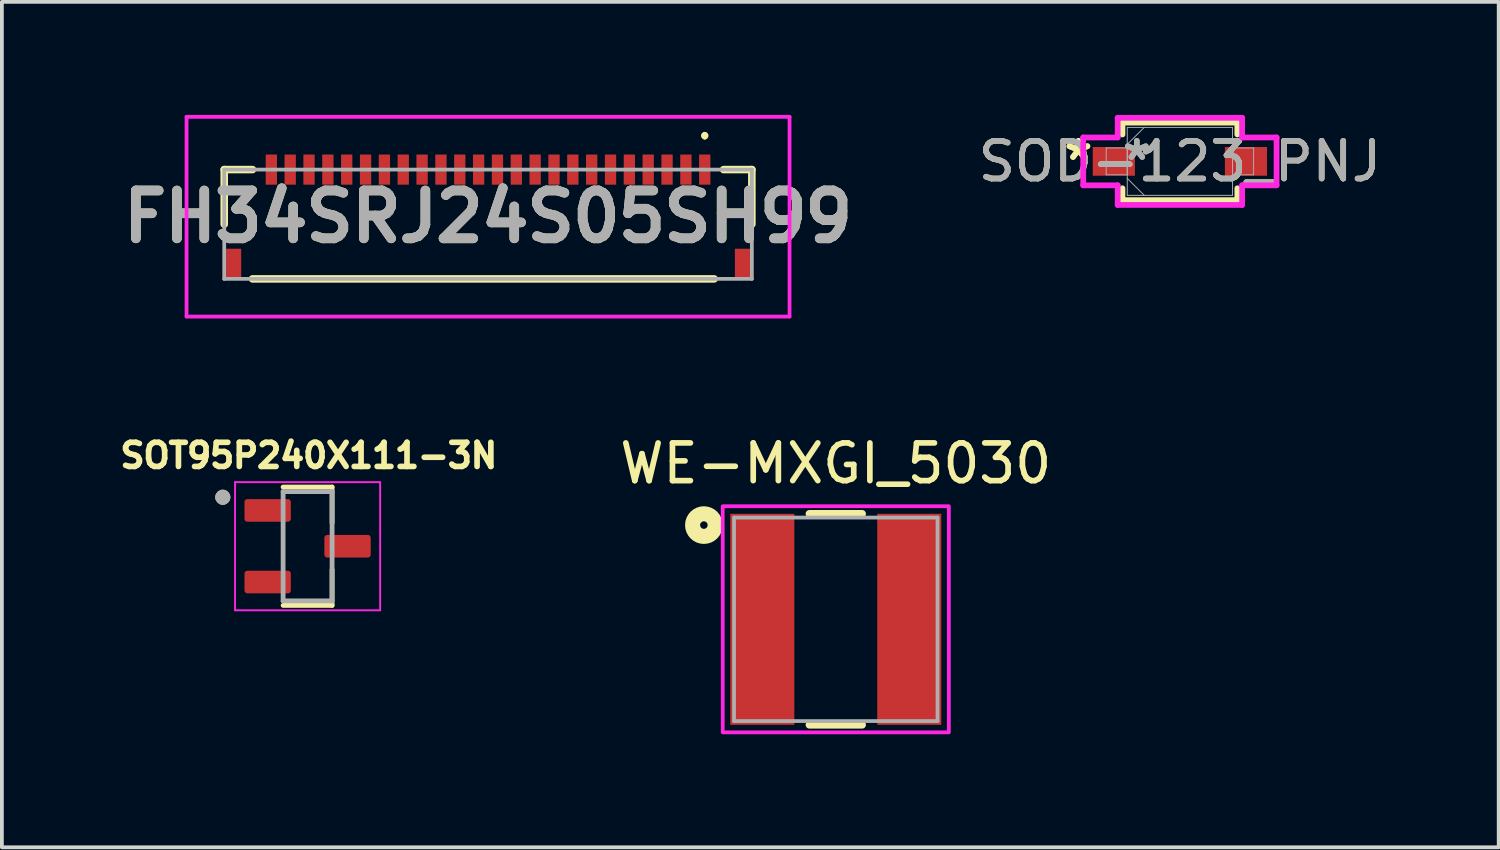
<source format=kicad_pcb>
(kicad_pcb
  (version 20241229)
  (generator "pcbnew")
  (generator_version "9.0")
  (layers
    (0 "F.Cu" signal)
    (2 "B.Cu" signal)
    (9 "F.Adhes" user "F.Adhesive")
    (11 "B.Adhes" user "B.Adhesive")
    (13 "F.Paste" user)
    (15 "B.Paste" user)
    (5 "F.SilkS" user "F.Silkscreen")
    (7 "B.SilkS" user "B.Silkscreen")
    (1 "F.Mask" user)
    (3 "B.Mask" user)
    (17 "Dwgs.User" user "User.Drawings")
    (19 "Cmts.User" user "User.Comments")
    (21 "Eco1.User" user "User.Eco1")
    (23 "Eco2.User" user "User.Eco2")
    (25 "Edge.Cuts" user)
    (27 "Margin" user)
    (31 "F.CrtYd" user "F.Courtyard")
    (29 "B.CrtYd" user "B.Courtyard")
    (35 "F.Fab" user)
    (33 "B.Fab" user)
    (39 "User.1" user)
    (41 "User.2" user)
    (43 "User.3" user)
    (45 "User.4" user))
  (footprint "SOD-123_PNJ"
    (layer "F.Cu")
    (at 28.258 1.232)
    (property "Reference" "SOD-123_PNJ" (at 0 0 0) (unlocked yes) (layer "F.SilkS") (effects (font (size 1 1) (thickness 0.15))))
    (attr smd)
    (fp_line (start -1.524 -1.029) (end -1.524 -0.714) (stroke (width 0.152) (type solid)) (layer "F.SilkS"))
    (fp_line (start -1.524 0.714) (end -1.524 1.029) (stroke (width 0.152) (type solid)) (layer "F.SilkS"))
    (fp_line (start -1.524 1.029) (end 1.524 1.029) (stroke (width 0.152) (type solid)) (layer "F.SilkS"))
    (fp_line (start 1.524 -1.029) (end -1.524 -1.029) (stroke (width 0.152) (type solid)) (layer "F.SilkS"))
    (fp_line (start 1.524 -0.714) (end 1.524 -1.029) (stroke (width 0.152) (type solid)) (layer "F.SilkS"))
    (fp_line (start 1.524 1.029) (end 1.524 0.714) (stroke (width 0.152) (type solid)) (layer "F.SilkS"))
    (fp_line (start -2.565 -0.635) (end -1.651 -0.635) (stroke (width 0.152) (type solid)) (layer "F.CrtYd"))
    (fp_line (start -2.565 0.635) (end -2.565 -0.635) (stroke (width 0.152) (type solid)) (layer "F.CrtYd"))
    (fp_line (start -1.651 -1.156) (end 1.651 -1.156) (stroke (width 0.152) (type solid)) (layer "F.CrtYd"))
    (fp_line (start -1.651 -0.635) (end -1.651 -1.156) (stroke (width 0.152) (type solid)) (layer "F.CrtYd"))
    (fp_line (start -1.651 0.635) (end -2.565 0.635) (stroke (width 0.152) (type solid)) (layer "F.CrtYd"))
    (fp_line (start -1.651 1.156) (end -1.651 0.635) (stroke (width 0.152) (type solid)) (layer "F.CrtYd"))
    (fp_line (start 1.651 -1.156) (end 1.651 -0.635) (stroke (width 0.152) (type solid)) (layer "F.CrtYd"))
    (fp_line (start 1.651 -0.635) (end 2.565 -0.635) (stroke (width 0.152) (type solid)) (layer "F.CrtYd"))
    (fp_line (start 1.651 0.635) (end 1.651 1.156) (stroke (width 0.152) (type solid)) (layer "F.CrtYd"))
    (fp_line (start 1.651 1.156) (end -1.651 1.156) (stroke (width 0.152) (type solid)) (layer "F.CrtYd"))
    (fp_line (start 2.565 -0.635) (end 2.565 0.635) (stroke (width 0.152) (type solid)) (layer "F.CrtYd"))
    (fp_line (start 2.565 0.635) (end 1.651 0.635) (stroke (width 0.152) (type solid)) (layer "F.CrtYd"))
    (fp_line (start -1.956 -0.356) (end -1.956 0.356) (stroke (width 0.025) (type solid)) (layer "F.Fab"))
    (fp_line (start -1.956 0.356) (end -1.397 0.356) (stroke (width 0.025) (type solid)) (layer "F.Fab"))
    (fp_line (start -1.397 -0.902) (end -1.397 0.902) (stroke (width 0.025) (type solid)) (layer "F.Fab"))
    (fp_line (start -1.397 -0.451) (end -0.946 -0.902) (stroke (width 0.025) (type solid)) (layer "F.Fab"))
    (fp_line (start -1.397 -0.356) (end -1.956 -0.356) (stroke (width 0.025) (type solid)) (layer "F.Fab"))
    (fp_line (start -1.397 0.356) (end -1.397 -0.356) (stroke (width 0.025) (type solid)) (layer "F.Fab"))
    (fp_line (start -1.397 0.451) (end -0.946 0.902) (stroke (width 0.025) (type solid)) (layer "F.Fab"))
    (fp_line (start -1.397 0.902) (end 1.397 0.902) (stroke (width 0.025) (type solid)) (layer "F.Fab"))
    (fp_line (start 1.397 -0.902) (end -1.397 -0.902) (stroke (width 0.025) (type solid)) (layer "F.Fab"))
    (fp_line (start 1.397 -0.356) (end 1.397 0.356) (stroke (width 0.025) (type solid)) (layer "F.Fab"))
    (fp_line (start 1.397 0.356) (end 1.956 0.356) (stroke (width 0.025) (type solid)) (layer "F.Fab"))
    (fp_line (start 1.397 0.902) (end 1.397 -0.902) (stroke (width 0.025) (type solid)) (layer "F.Fab"))
    (fp_line (start 1.956 -0.356) (end 1.397 -0.356) (stroke (width 0.025) (type solid)) (layer "F.Fab"))
    (fp_line (start 1.956 0.356) (end 1.956 -0.356) (stroke (width 0.025) (type solid)) (layer "F.Fab"))
    (fp_text user "*" (at -2.692 0 0) (unlocked yes) (layer "F.SilkS") (effects (font (size 1 1) (thickness 0.15))))
    (fp_text user "*" (at -2.692 0 0) (layer "F.SilkS") (effects (font (size 1 1) (thickness 0.15))))
    (fp_text user "*" (at -1.143 0 0) (layer "F.Fab") (effects (font (size 1 1) (thickness 0.15))))
    (fp_text user "*" (at -1.143 0 0) (unlocked yes) (layer "F.Fab") (effects (font (size 1 1) (thickness 0.15))))
    (fp_text user "${REFERENCE}" (at 0 0 0) (unlocked yes) (layer "F.Fab") (effects (font (size 1 1) (thickness 0.15))))
    (pad "1" smd rect (at -1.753 0) (size 1.118 0.762) (layers "F.Cu" "F.Mask" "F.Paste"))
    (pad "2" smd rect (at 1.753 0) (size 1.118 0.762) (layers "F.Cu" "F.Mask" "F.Paste")))
  (footprint "WE-MXGI_5030"
    (layer "F.Cu")
    (at 19.127 13.383)
    (property "Reference" "WE-MXGI_5030" (at 0 -4.135 0) (layer "F.SilkS") (effects (font (size 1 1) (thickness 0.15))))
    (attr smd)
    (fp_line (start -0.7 -2.8) (end 0.7 -2.8) (stroke (width 0.2) (type solid)) (layer "F.SilkS"))
    (fp_line (start -0.7 2.8) (end 0.7 2.8) (stroke (width 0.2) (type solid)) (layer "F.SilkS"))
    (fp_circle (center -3.5 -2.5) (end -3.4 -2.5) (stroke (width 0.4) (type solid)) (fill no) (layer "F.SilkS"))
    (fp_poly (pts (xy -3 -3) (xy 3 -3) (xy 3 3) (xy -3 3)) (stroke (width 0.1) (type solid)) (fill no) (layer "F.CrtYd"))
    (fp_line (start -2.7 -2.7) (end 2.7 -2.7) (stroke (width 0.1) (type solid)) (layer "F.Fab"))
    (fp_line (start -2.7 2.7) (end -2.7 -2.7) (stroke (width 0.1) (type solid)) (layer "F.Fab"))
    (fp_line (start 2.7 -2.7) (end 2.7 2.7) (stroke (width 0.1) (type solid)) (layer "F.Fab"))
    (fp_line (start 2.7 2.7) (end -2.7 2.7) (stroke (width 0.1) (type solid)) (layer "F.Fab"))
    (pad "1" smd rect (at -1.95 0) (size 1.7 5.6) (layers "F.Cu" "F.Mask" "F.Paste"))
    (pad "2" smd rect (at 1.95 0) (size 1.7 5.6) (layers "F.Cu" "F.Mask" "F.Paste"))
    (zone (net_name "") (layer "F.Cu") (hatch full 0.508) (connect_pads) (min_thickness 0.01) (filled_areas_thickness no) (keepout (tracks not_allowed) (vias not_allowed) (pads not_allowed) (copperpour not_allowed) (footprints allowed)) (placement (enabled no)) (fill) (polygon (pts (xy 18.027 10.583) (xy 20.227 10.583) (xy 20.227 16.183) (xy 18.027 16.183))))
    (zone (net_name "") (layers "F.Cu" "B.Cu") (hatch full 0.508) (connect_pads) (min_thickness 0.01) (filled_areas_thickness no) (keepout (tracks allowed) (vias not_allowed) (pads allowed) (copperpour allowed) (footprints allowed)) (placement (enabled no)) (fill) (polygon (pts (xy 18.027 10.583) (xy 20.227 10.583) (xy 20.227 16.183) (xy 18.027 16.183)))))
  (footprint "FH34SRJ24S05SH99"
    (layer "F.Cu")
    (at 9.9 2.9)
    (property "Reference" "FH34SRJ24S05SH99" (at 0 -0.2 0) (layer "F.SilkS") (effects (font (size 1.27 1.27) (thickness 0.254))))
    (attr smd)
    (fp_line (start -7 -1.45) (end -7 0) (stroke (width 0.2) (type solid)) (layer "F.SilkS"))
    (fp_line (start -6.25 -1.45) (end -7 -1.45) (stroke (width 0.2) (type solid)) (layer "F.SilkS"))
    (fp_line (start -6.25 1.45) (end 6 1.45) (stroke (width 0.2) (type solid)) (layer "F.SilkS"))
    (fp_line (start 5.75 -2.4) (end 5.75 -2.4) (stroke (width 0.1) (type solid)) (layer "F.SilkS"))
    (fp_line (start 5.75 -2.3) (end 5.75 -2.3) (stroke (width 0.1) (type solid)) (layer "F.SilkS"))
    (fp_line (start 6.25 -1.45) (end 7 -1.45) (stroke (width 0.2) (type solid)) (layer "F.SilkS"))
    (fp_line (start 7 -1.45) (end 7 0) (stroke (width 0.2) (type solid)) (layer "F.SilkS"))
    (fp_arc (start 5.75 -2.4) (mid 5.8 -2.35) (end 5.75 -2.3) (stroke (width 0.1) (type solid)) (layer "F.SilkS"))
    (fp_arc (start 5.75 -2.3) (mid 5.7 -2.35) (end 5.75 -2.4) (stroke (width 0.1) (type solid)) (layer "F.SilkS"))
    (fp_line (start -8 -2.85) (end 8 -2.85) (stroke (width 0.1) (type solid)) (layer "F.CrtYd"))
    (fp_line (start -8 2.45) (end -8 -2.85) (stroke (width 0.1) (type solid)) (layer "F.CrtYd"))
    (fp_line (start 8 -2.85) (end 8 2.45) (stroke (width 0.1) (type solid)) (layer "F.CrtYd"))
    (fp_line (start 8 2.45) (end -8 2.45) (stroke (width 0.1) (type solid)) (layer "F.CrtYd"))
    (fp_line (start -7 -1.45) (end 7 -1.45) (stroke (width 0.1) (type solid)) (layer "F.Fab"))
    (fp_line (start -7 1.45) (end -7 -1.45) (stroke (width 0.1) (type solid)) (layer "F.Fab"))
    (fp_line (start 7 -1.45) (end 7 1.45) (stroke (width 0.1) (type solid)) (layer "F.Fab"))
    (fp_line (start 7 1.45) (end -7 1.45) (stroke (width 0.1) (type solid)) (layer "F.Fab"))
    (fp_text user "${REFERENCE}" (at 0 -0.2 0) (layer "F.Fab") (effects (font (size 1.27 1.27) (thickness 0.254))))
    (pad "1" smd rect (at 5.75 -1.45) (size 0.3 0.8) (layers "F.Cu" "F.Mask" "F.Paste"))
    (pad "2" smd rect (at 5.25 -1.45) (size 0.3 0.8) (layers "F.Cu" "F.Mask" "F.Paste"))
    (pad "3" smd rect (at 4.75 -1.45) (size 0.3 0.8) (layers "F.Cu" "F.Mask" "F.Paste"))
    (pad "4" smd rect (at 4.25 -1.45) (size 0.3 0.8) (layers "F.Cu" "F.Mask" "F.Paste"))
    (pad "5" smd rect (at 3.75 -1.45) (size 0.3 0.8) (layers "F.Cu" "F.Mask" "F.Paste"))
    (pad "6" smd rect (at 3.25 -1.45) (size 0.3 0.8) (layers "F.Cu" "F.Mask" "F.Paste"))
    (pad "7" smd rect (at 2.75 -1.45) (size 0.3 0.8) (layers "F.Cu" "F.Mask" "F.Paste"))
    (pad "8" smd rect (at 2.25 -1.45) (size 0.3 0.8) (layers "F.Cu" "F.Mask" "F.Paste"))
    (pad "9" smd rect (at 1.75 -1.45) (size 0.3 0.8) (layers "F.Cu" "F.Mask" "F.Paste"))
    (pad "10" smd rect (at 1.25 -1.45) (size 0.3 0.8) (layers "F.Cu" "F.Mask" "F.Paste"))
    (pad "11" smd rect (at 0.75 -1.45) (size 0.3 0.8) (layers "F.Cu" "F.Mask" "F.Paste"))
    (pad "12" smd rect (at 0.25 -1.45) (size 0.3 0.8) (layers "F.Cu" "F.Mask" "F.Paste"))
    (pad "13" smd rect (at -0.25 -1.45) (size 0.3 0.8) (layers "F.Cu" "F.Mask" "F.Paste"))
    (pad "14" smd rect (at -0.75 -1.45) (size 0.3 0.8) (layers "F.Cu" "F.Mask" "F.Paste"))
    (pad "15" smd rect (at -1.25 -1.45) (size 0.3 0.8) (layers "F.Cu" "F.Mask" "F.Paste"))
    (pad "16" smd rect (at -1.75 -1.45) (size 0.3 0.8) (layers "F.Cu" "F.Mask" "F.Paste"))
    (pad "17" smd rect (at -2.25 -1.45) (size 0.3 0.8) (layers "F.Cu" "F.Mask" "F.Paste"))
    (pad "18" smd rect (at -2.75 -1.45) (size 0.3 0.8) (layers "F.Cu" "F.Mask" "F.Paste"))
    (pad "19" smd rect (at -3.25 -1.45) (size 0.3 0.8) (layers "F.Cu" "F.Mask" "F.Paste"))
    (pad "20" smd rect (at -3.75 -1.45) (size 0.3 0.8) (layers "F.Cu" "F.Mask" "F.Paste"))
    (pad "21" smd rect (at -4.25 -1.45) (size 0.3 0.8) (layers "F.Cu" "F.Mask" "F.Paste"))
    (pad "22" smd rect (at -4.75 -1.45) (size 0.3 0.8) (layers "F.Cu" "F.Mask" "F.Paste"))
    (pad "23" smd rect (at -5.25 -1.45) (size 0.3 0.8) (layers "F.Cu" "F.Mask" "F.Paste"))
    (pad "24" smd rect (at -5.75 -1.45) (size 0.3 0.8) (layers "F.Cu" "F.Mask" "F.Paste"))
    (pad "MP1" smd rect (at 6.75 1.05) (size 0.4 0.8) (layers "F.Cu" "F.Mask" "F.Paste"))
    (pad "MP2" smd rect (at -6.75 1.05) (size 0.4 0.8) (layers "F.Cu" "F.Mask" "F.Paste")))
  (footprint "SOT95P240X111-3N"
    (layer "F.Cu")
    (at 5.112 11.444)
    (property "Reference" "SOT95P240X111-3N" (at 0.032 -2.406 0) (layer "F.SilkS") (effects (font (size 0.64 0.64) (thickness 0.15))))
    (attr smd)
    (fp_line (start -0.65 -1.57) (end 0.65 -1.57) (stroke (width 0.127) (type solid)) (layer "F.SilkS"))
    (fp_line (start -0.65 1.57) (end 0.65 1.57) (stroke (width 0.127) (type solid)) (layer "F.SilkS"))
    (fp_line (start 0.65 -1.57) (end 0.65 -0.62) (stroke (width 0.127) (type solid)) (layer "F.SilkS"))
    (fp_line (start 0.65 1.57) (end 0.65 0.62) (stroke (width 0.127) (type solid)) (layer "F.SilkS"))
    (fp_circle (center -2.25 -1.3) (end -2.15 -1.3) (stroke (width 0.2) (type solid)) (fill no) (layer "F.SilkS"))
    (fp_line (start -1.925 -1.7) (end 1.925 -1.7) (stroke (width 0.05) (type solid)) (layer "F.CrtYd"))
    (fp_line (start -1.925 1.7) (end -1.925 -1.7) (stroke (width 0.05) (type solid)) (layer "F.CrtYd"))
    (fp_line (start 1.925 1.7) (end -1.925 1.7) (stroke (width 0.05) (type solid)) (layer "F.CrtYd"))
    (fp_line (start 1.925 1.7) (end 1.925 -1.7) (stroke (width 0.05) (type solid)) (layer "F.CrtYd"))
    (fp_line (start -0.65 -1.45) (end 0.65 -1.45) (stroke (width 0.127) (type solid)) (layer "F.Fab"))
    (fp_line (start -0.65 1.45) (end -0.65 -1.45) (stroke (width 0.127) (type solid)) (layer "F.Fab"))
    (fp_line (start 0.65 -1.45) (end 0.65 1.45) (stroke (width 0.127) (type solid)) (layer "F.Fab"))
    (fp_line (start 0.65 1.45) (end -0.65 1.45) (stroke (width 0.127) (type solid)) (layer "F.Fab"))
    (fp_circle (center -2.25 -1.3) (end -2.15 -1.3) (stroke (width 0.2) (type solid)) (fill no) (layer "F.Fab"))
    (pad "1" smd roundrect (at -1.06 -0.95) (size 1.23 0.6) (layers "F.Cu" "F.Mask" "F.Paste") (roundrect_rratio 0.125))
    (pad "2" smd roundrect (at -1.06 0.95) (size 1.23 0.6) (layers "F.Cu" "F.Mask" "F.Paste") (roundrect_rratio 0.125))
    (pad "3" smd roundrect (at 1.06 0) (size 1.23 0.6) (layers "F.Cu" "F.Mask" "F.Paste") (roundrect_rratio 0.125)))
  (gr_rect
    (start -3 -3)
    (end 36.717 19.433)
    (stroke (width 0.1) (type default))
    (fill no)
    (layer "Edge.Cuts")))
</source>
